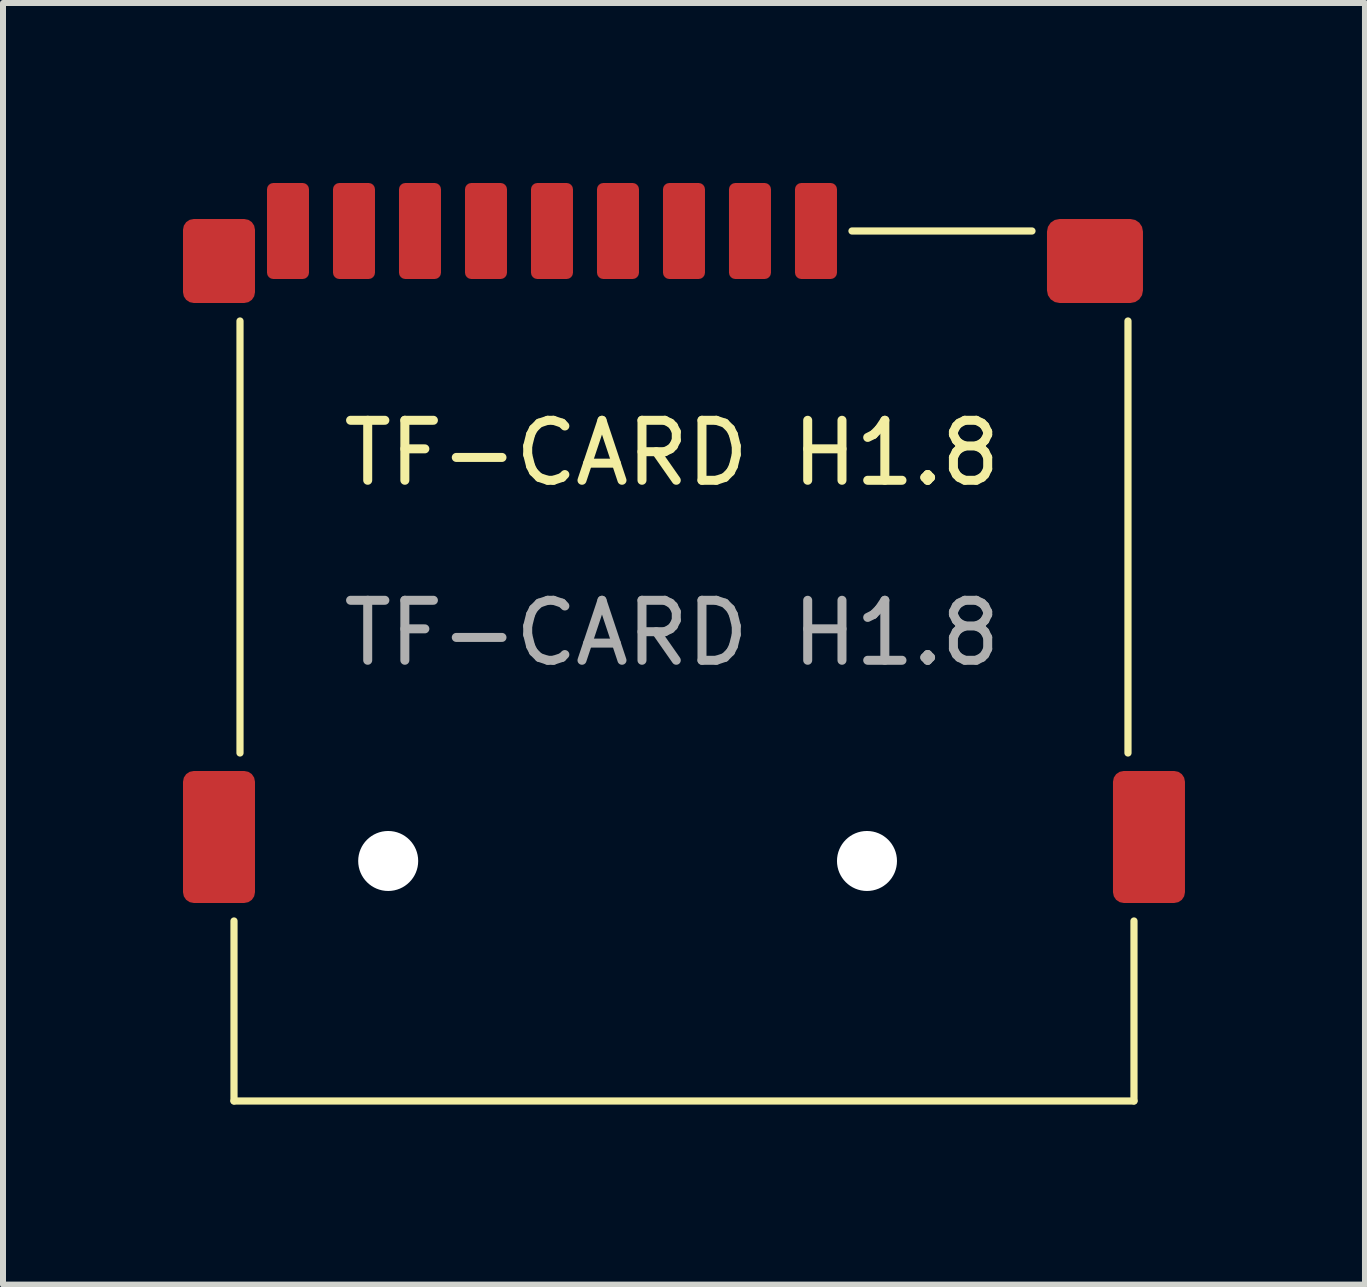
<source format=kicad_pcb>
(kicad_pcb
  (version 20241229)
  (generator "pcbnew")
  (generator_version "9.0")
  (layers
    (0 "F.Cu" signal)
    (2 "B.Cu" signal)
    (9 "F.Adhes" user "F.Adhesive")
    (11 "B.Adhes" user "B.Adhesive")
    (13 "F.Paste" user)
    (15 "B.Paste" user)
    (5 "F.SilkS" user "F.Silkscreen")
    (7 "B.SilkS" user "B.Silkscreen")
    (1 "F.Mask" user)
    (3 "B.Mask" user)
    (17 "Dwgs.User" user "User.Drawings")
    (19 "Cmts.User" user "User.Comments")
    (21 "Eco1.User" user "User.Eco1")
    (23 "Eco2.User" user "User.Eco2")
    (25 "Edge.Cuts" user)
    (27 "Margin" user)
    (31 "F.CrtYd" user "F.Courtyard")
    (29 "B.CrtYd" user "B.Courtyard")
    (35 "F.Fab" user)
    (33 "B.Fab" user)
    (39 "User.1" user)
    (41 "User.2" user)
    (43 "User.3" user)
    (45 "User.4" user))
  (footprint "TF-CARD H1.8"
    (layer "F.Cu")
    (at 8.35 11.3)
    (property "Reference" "TF-CARD H1.8" (at -0.2 -6.8 0) (unlocked yes) (layer "F.SilkS") (effects (font (size 1 1) (thickness 0.15))))
    (attr smd)
    (fp_line (start -7.5 1) (end -7.5 4) (stroke (width 0.12) (type default)) (layer "F.SilkS"))
    (fp_line (start -7.4 -9) (end -7.4 -1.8) (stroke (width 0.12) (type default)) (layer "F.SilkS"))
    (fp_line (start 5.8 -10.5) (end 2.8 -10.5) (stroke (width 0.12) (type default)) (layer "F.SilkS"))
    (fp_line (start 7.4 -1.8) (end 7.4 -9) (stroke (width 0.12) (type default)) (layer "F.SilkS"))
    (fp_line (start 7.5 1) (end 7.5 4) (stroke (width 0.12) (type default)) (layer "F.SilkS"))
    (fp_line (start 7.5 4) (end -7.5 4) (stroke (width 0.12) (type default)) (layer "F.SilkS"))
    (fp_text user "${REFERENCE}" (at -0.2 -3.8 0) (unlocked yes) (layer "F.Fab") (effects (font (size 1 1) (thickness 0.15))))
    (pad "" np_thru_hole circle (at -4.93 0) (size 1 1) (drill 1) (layers "*.Cu" "*.Mask"))
    (pad "" np_thru_hole circle (at 3.05 0) (size 1 1) (drill 1) (layers "*.Cu" "*.Mask"))
    (pad "1" smd roundrect (at 2.2 -10.5) (size 0.7 1.6) (layers "F.Cu" "F.Mask" "F.Paste") (roundrect_rratio 0.15))
    (pad "2" smd roundrect (at 1.1 -10.5) (size 0.7 1.6) (layers "F.Cu" "F.Mask" "F.Paste") (roundrect_rratio 0.15))
    (pad "3" smd roundrect (at 0 -10.5) (size 0.7 1.6) (layers "F.Cu" "F.Mask" "F.Paste") (roundrect_rratio 0.15))
    (pad "4" smd roundrect (at -1.1 -10.5) (size 0.7 1.6) (layers "F.Cu" "F.Mask" "F.Paste") (roundrect_rratio 0.15))
    (pad "5" smd roundrect (at -2.2 -10.5) (size 0.7 1.6) (layers "F.Cu" "F.Mask" "F.Paste") (roundrect_rratio 0.15))
    (pad "6" smd roundrect (at -3.3 -10.5) (size 0.7 1.6) (layers "F.Cu" "F.Mask" "F.Paste") (roundrect_rratio 0.15))
    (pad "7" smd roundrect (at -4.4 -10.5) (size 0.7 1.6) (layers "F.Cu" "F.Mask" "F.Paste") (roundrect_rratio 0.15))
    (pad "8" smd roundrect (at -5.5 -10.5) (size 0.7 1.6) (layers "F.Cu" "F.Mask" "F.Paste") (roundrect_rratio 0.15))
    (pad "Cd" smd roundrect (at -6.6 -10.5) (size 0.7 1.6) (layers "F.Cu" "F.Mask" "F.Paste") (roundrect_rratio 0.15))
    (pad "P1" smd roundrect (at -7.75 -10) (size 1.2 1.4) (layers "F.Cu" "F.Mask" "F.Paste") (roundrect_rratio 0.15))
    (pad "P2" smd roundrect (at 6.85 -10) (size 1.6 1.4) (layers "F.Cu" "F.Mask" "F.Paste") (roundrect_rratio 0.15))
    (pad "P3" smd roundrect (at 7.75 -0.4) (size 1.2 2.2) (layers "F.Cu" "F.Mask" "F.Paste") (roundrect_rratio 0.15))
    (pad "P4" smd roundrect (at -7.75 -0.4) (size 1.2 2.2) (layers "F.Cu" "F.Mask" "F.Paste") (roundrect_rratio 0.15)))
  (gr_rect
    (start -3 -3)
    (end 19.7 18.36)
    (stroke (width 0.1) (type default))
    (fill no)
    (layer "Edge.Cuts")))
</source>
